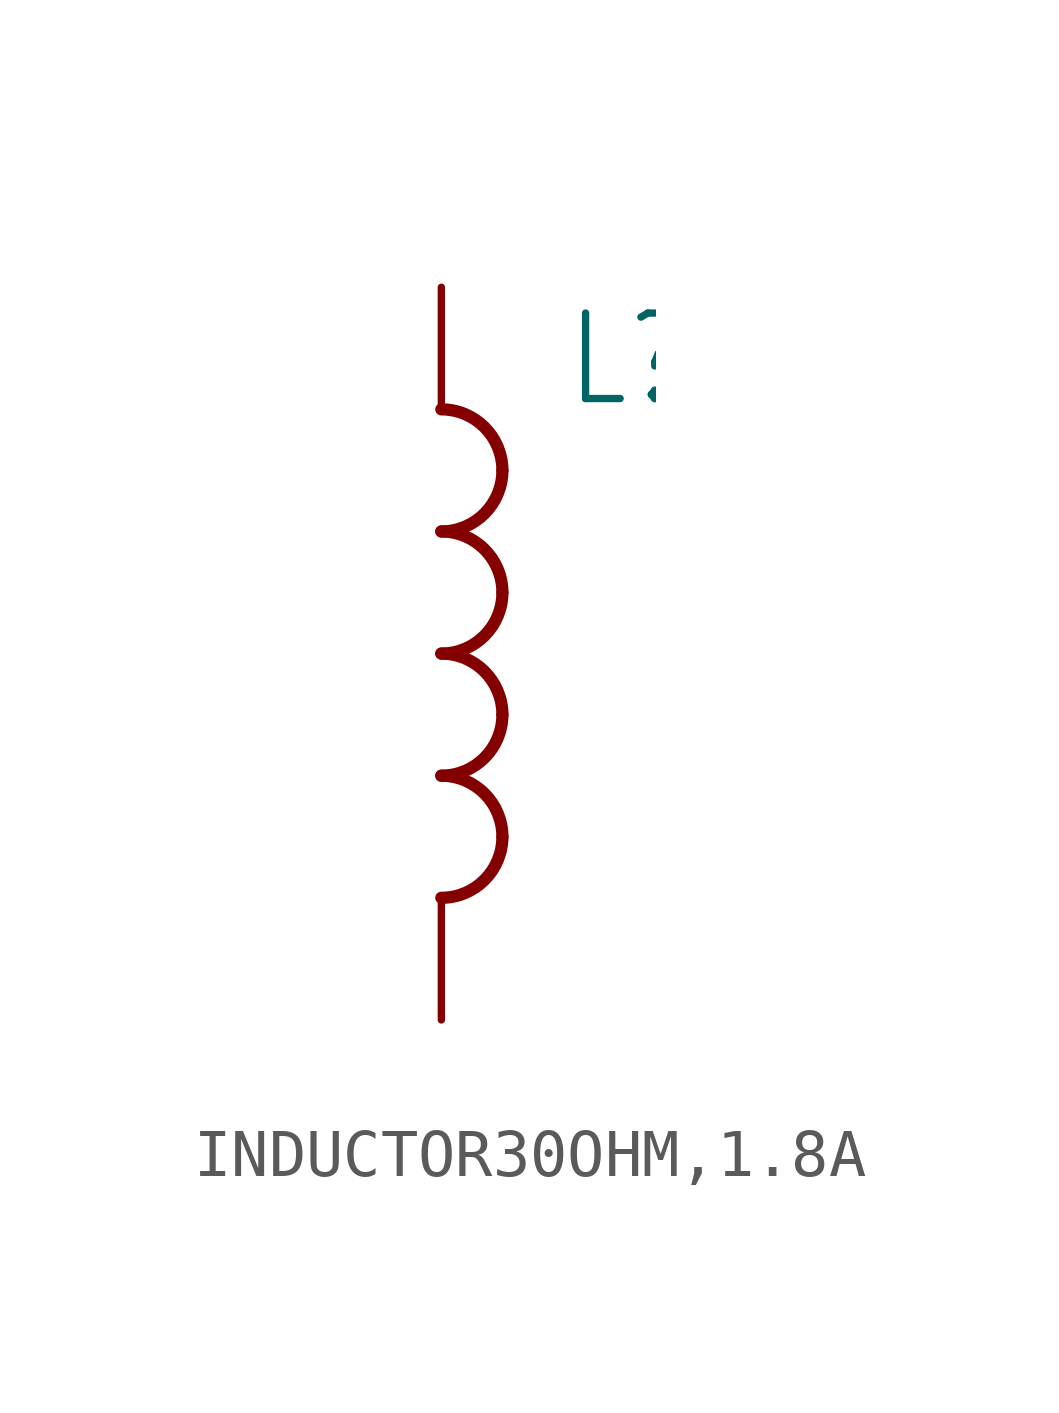
<source format=kicad_sym>
(kicad_symbol_lib
  (version 20241209)
  (generator "kicad_symbol_editor")
  (generator_version "9.0")
  (symbol "INDUCTOR30OHM,1.8A"
    (property "Reference" "L"
      (at 2.54 5.08 0)
      (effects (font (size 1.778 1.511)) (justify left bottom)))
    (property "Value" ""
      (at 2.54 -5.08 0)
      (effects (font (size 1.778 1.511)) (justify left bottom)))
    (property "ki_locked" ""
      (at 0 0 0)
      (effects (font (size 1.27 1.27))))
    (symbol "INDUCTOR30OHM,1.8A_1_0"
      (arc (start 0 5.08) (mid 0.898 4.708) (end 1.27 3.81) (stroke (width 0.254) (type solid)) (fill (type none)))
      (arc (start 1.27 3.81) (mid 0.898 2.912) (end 0 2.54) (stroke (width 0.254) (type solid)) (fill (type none)))
      (arc (start 1.27 1.27) (mid 0.898 0.372) (end 0 0) (stroke (width 0.254) (type solid)) (fill (type none)))
      (arc (start 0 2.54) (mid 0.8981 2.168) (end 1.2701 1.2699) (stroke (width 0.254) (type solid)) (fill (type none)))
      (arc (start 1.2701 -1.2699) (mid 0.8981 -2.168) (end 0 -2.54) (stroke (width 0.254) (type solid)) (fill (type none)))
      (arc (start 0 0) (mid 0.898 -0.372) (end 1.27 -1.27) (stroke (width 0.254) (type solid)) (fill (type none)))
      (arc (start 0 -2.54) (mid 0.898 -2.912) (end 1.27 -3.81) (stroke (width 0.254) (type solid)) (fill (type none)))
      (arc (start 1.27 -3.81) (mid 0.898 -4.708) (end 0 -5.08) (stroke (width 0.254) (type solid)) (fill (type none)))
      (pin passive line (at 0 7.62 270) (length 2.54) (name "1" (effects (font (size 0 0)))) (number "1" (effects (font (size 0 0)))))
      (pin passive line (at 0 -7.62 90) (length 2.54) (name "2" (effects (font (size 0 0)))) (number "2" (effects (font (size 0 0))))))))
</source>
